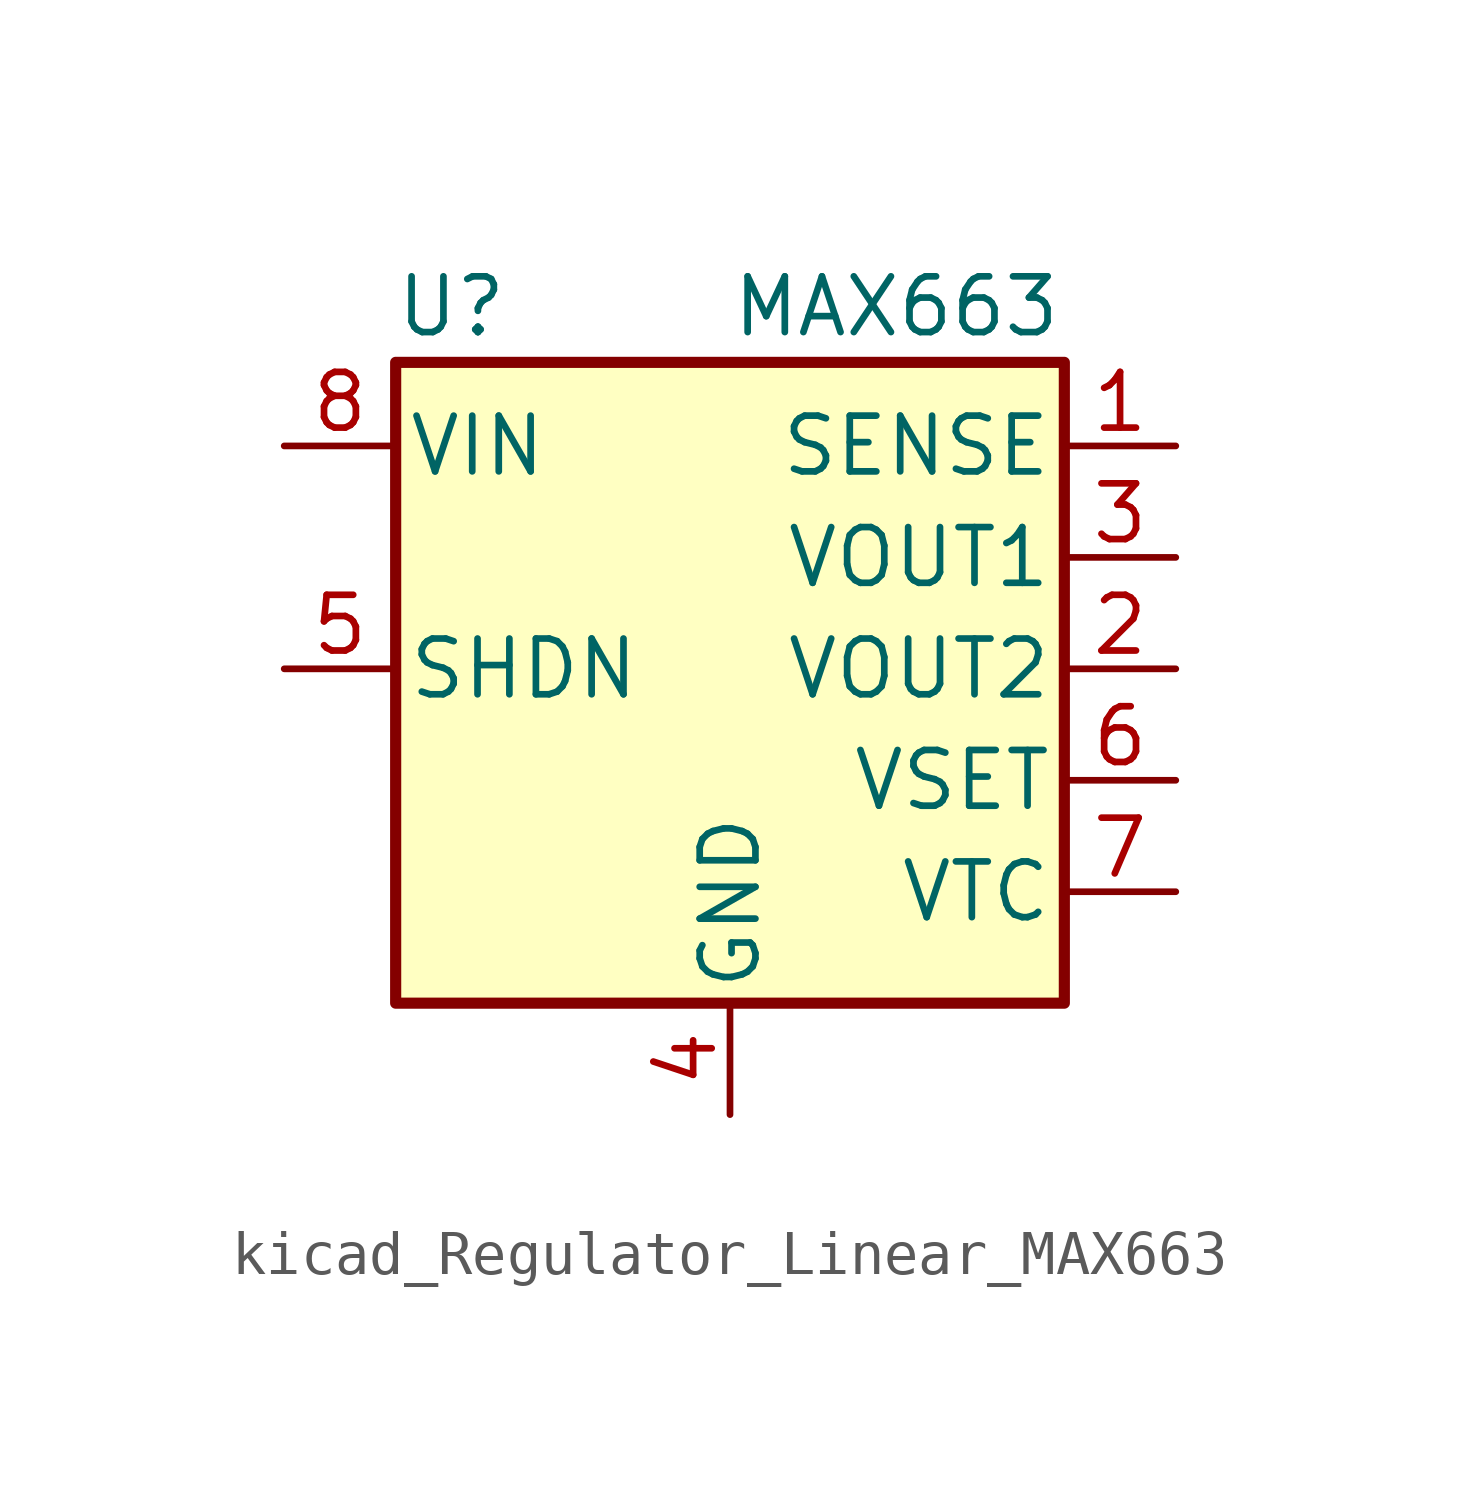
<source format=kicad_sym>
(kicad_symbol_lib
  (version 20220914)
  (generator kicad_symbol_editor)
  (symbol "kicad_Regulator_Linear_MAX663"
    (pin_names
      (offset 0.254))
    (property "Reference" "U"
      (at -6.35 8.255 0)
      (effects (font (size 1.27 1.27))))
    (property "Value" "MAX663"
      (at 0 8.255 0)
      (effects (font (size 1.27 1.27)) (justify left)))
    (symbol "kicad_Regulator_Linear_MAX663_0_1"
      (rectangle (start -7.62 -7.62) (end 7.62 6.985) (stroke (width 0.254) (type default)) (fill (type background))))
    (symbol "kicad_Regulator_Linear_MAX663_1_1"
      (pin input line (at 10.16 5.08 180) (length 2.54) (name "SENSE" (effects (font (size 1.27 1.27)))) (number "1" (effects (font (size 1.27 1.27)))))
      (pin power_out line (at 10.16 0 180) (length 2.54) (name "VOUT2" (effects (font (size 1.27 1.27)))) (number "2" (effects (font (size 1.27 1.27)))))
      (pin power_out line (at 10.16 2.54 180) (length 2.54) (name "VOUT1" (effects (font (size 1.27 1.27)))) (number "3" (effects (font (size 1.27 1.27)))))
      (pin power_in line (at 0 -10.16 90) (length 2.54) (name "GND" (effects (font (size 1.27 1.27)))) (number "4" (effects (font (size 1.27 1.27)))))
      (pin input line (at -10.16 0 0) (length 2.54) (name "SHDN" (effects (font (size 1.27 1.27)))) (number "5" (effects (font (size 1.27 1.27)))))
      (pin input line (at 10.16 -2.54 180) (length 2.54) (name "VSET" (effects (font (size 1.27 1.27)))) (number "6" (effects (font (size 1.27 1.27)))))
      (pin output line (at 10.16 -5.08 180) (length 2.54) (name "VTC" (effects (font (size 1.27 1.27)))) (number "7" (effects (font (size 1.27 1.27)))))
      (pin power_in line (at -10.16 5.08 0) (length 2.54) (name "VIN" (effects (font (size 1.27 1.27)))) (number "8" (effects (font (size 1.27 1.27))))))))
</source>
